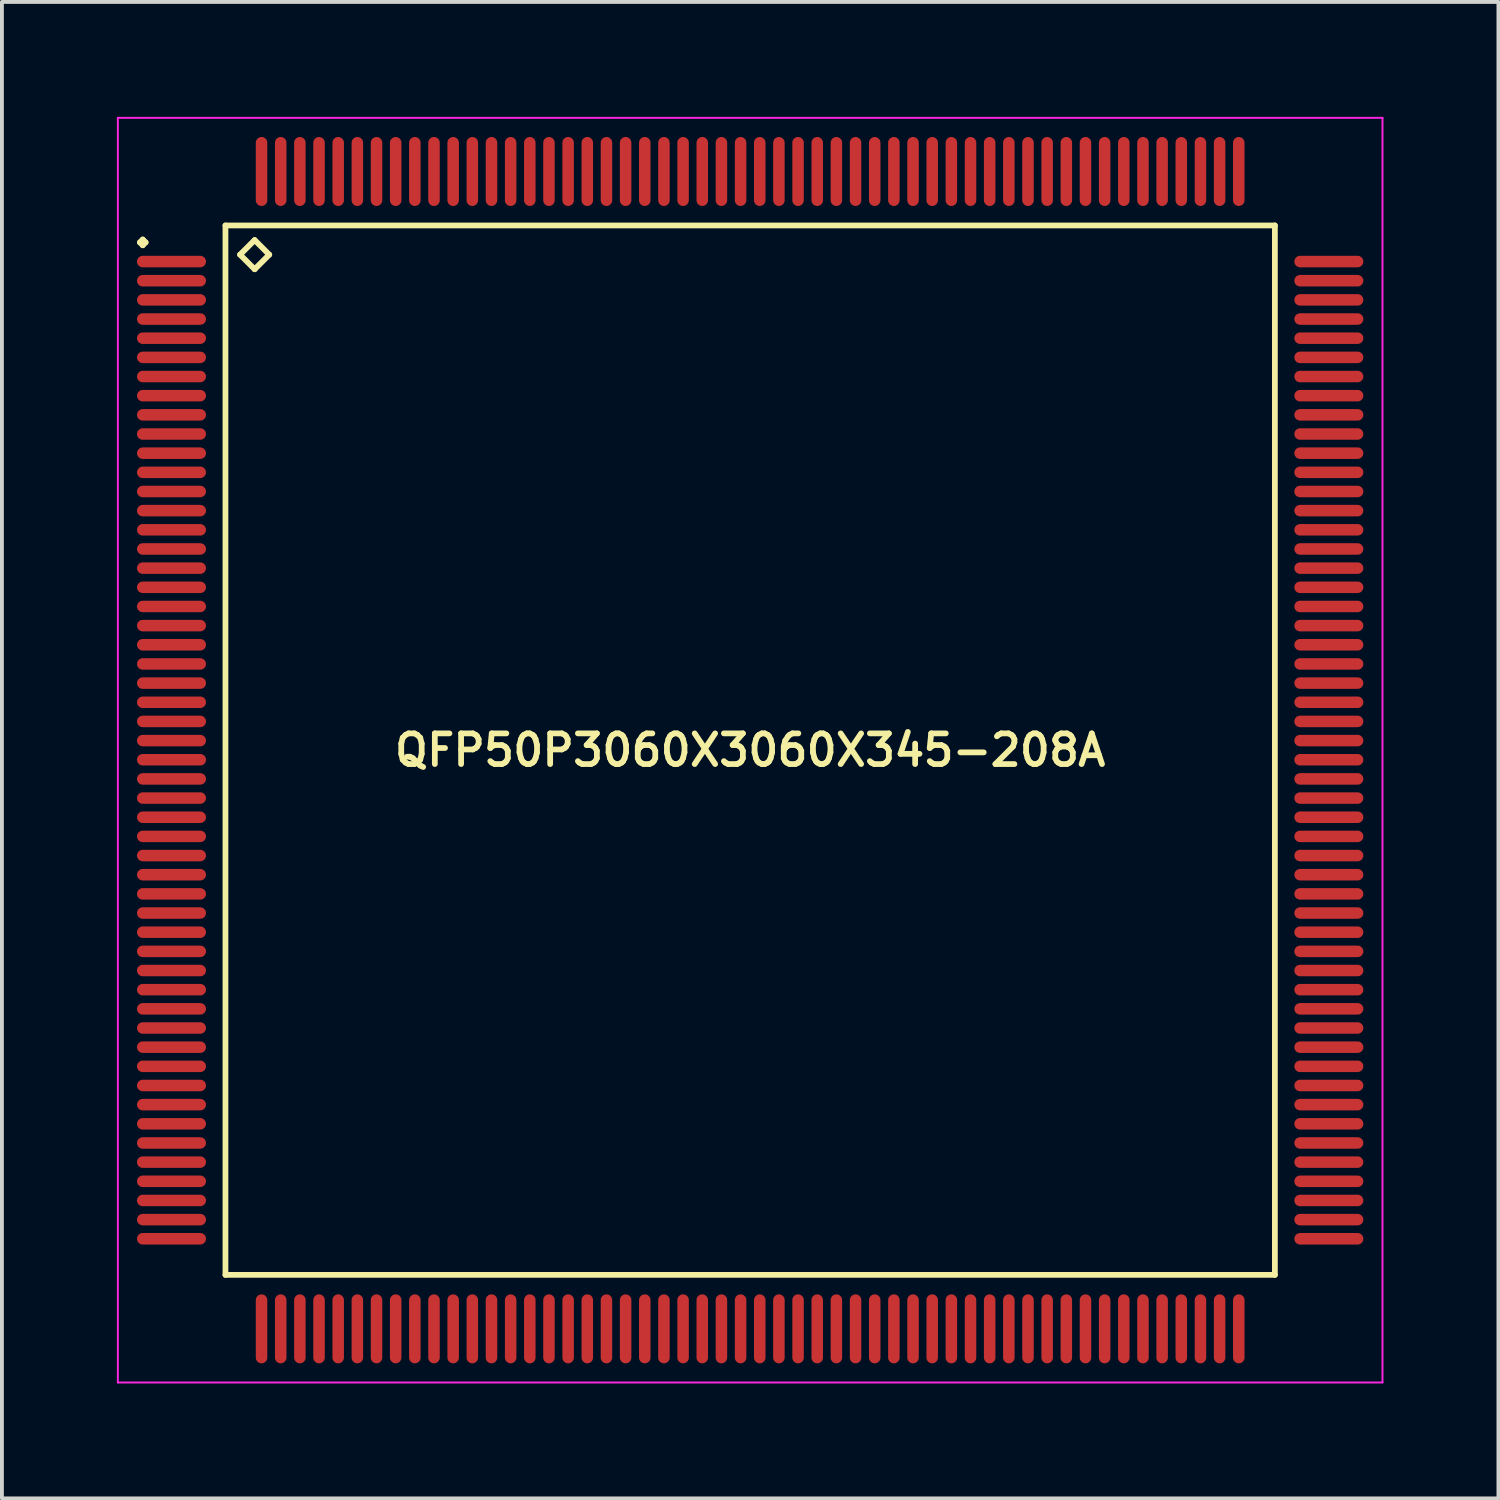
<source format=kicad_pcb>
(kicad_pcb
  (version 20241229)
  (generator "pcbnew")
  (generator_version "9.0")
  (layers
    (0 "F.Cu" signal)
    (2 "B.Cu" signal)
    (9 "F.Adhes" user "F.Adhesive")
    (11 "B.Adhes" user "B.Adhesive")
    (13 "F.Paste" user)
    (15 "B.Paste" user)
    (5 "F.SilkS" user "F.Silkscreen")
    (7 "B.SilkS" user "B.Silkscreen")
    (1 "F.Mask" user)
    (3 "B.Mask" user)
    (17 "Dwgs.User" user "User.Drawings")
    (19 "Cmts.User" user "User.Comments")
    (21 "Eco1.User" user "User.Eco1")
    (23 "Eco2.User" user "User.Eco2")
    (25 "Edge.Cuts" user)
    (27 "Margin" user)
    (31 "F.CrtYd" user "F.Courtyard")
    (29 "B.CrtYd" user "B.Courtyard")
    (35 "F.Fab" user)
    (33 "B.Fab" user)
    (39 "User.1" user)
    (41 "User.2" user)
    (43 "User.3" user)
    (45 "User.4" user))
  (footprint "QFP50P3060X3060X345-208A"
    (layer "F.Cu")
    (at 16.525 16.525)
    (property "Reference" "QFP50P3060X3060X345-208A" (at 0 0 0) (layer "F.SilkS") (effects (font (size 0.8 0.8) (thickness 0.15))))
    (attr smd)
    (fp_line (start -15.925 -13.25) (end -15.85 -13.325) (stroke (width 0.15) (type solid)) (layer "F.SilkS"))
    (fp_line (start -15.85 -13.325) (end -15.775 -13.25) (stroke (width 0.15) (type solid)) (layer "F.SilkS"))
    (fp_line (start -15.85 -13.175) (end -15.925 -13.25) (stroke (width 0.15) (type solid)) (layer "F.SilkS"))
    (fp_line (start -15.775 -13.25) (end -15.85 -13.175) (stroke (width 0.15) (type solid)) (layer "F.SilkS"))
    (fp_line (start -13.692 -13.692) (end -13.692 13.692) (stroke (width 0.15) (type solid)) (layer "F.SilkS"))
    (fp_line (start -13.692 13.692) (end 13.692 13.692) (stroke (width 0.15) (type solid)) (layer "F.SilkS"))
    (fp_line (start -13.311 -12.93) (end -12.93 -13.311) (stroke (width 0.15) (type solid)) (layer "F.SilkS"))
    (fp_line (start -12.93 -13.311) (end -12.549 -12.93) (stroke (width 0.15) (type solid)) (layer "F.SilkS"))
    (fp_line (start -12.93 -12.549) (end -13.311 -12.93) (stroke (width 0.15) (type solid)) (layer "F.SilkS"))
    (fp_line (start -12.549 -12.93) (end -12.93 -12.549) (stroke (width 0.15) (type solid)) (layer "F.SilkS"))
    (fp_line (start 13.692 -13.692) (end -13.692 -13.692) (stroke (width 0.15) (type solid)) (layer "F.SilkS"))
    (fp_line (start 13.692 13.692) (end 13.692 -13.692) (stroke (width 0.15) (type solid)) (layer "F.SilkS"))
    (fp_line (start -16.5 -16.5) (end 16.5 -16.5) (stroke (width 0.05) (type solid)) (layer "F.CrtYd"))
    (fp_line (start -16.5 16.5) (end -16.5 -16.5) (stroke (width 0.05) (type solid)) (layer "F.CrtYd"))
    (fp_line (start 16.5 -16.5) (end 16.5 16.5) (stroke (width 0.05) (type solid)) (layer "F.CrtYd"))
    (fp_line (start 16.5 16.5) (end -16.5 16.5) (stroke (width 0.05) (type solid)) (layer "F.CrtYd"))
    (pad "1" smd oval (at -15.1 -12.75) (size 1.8 0.3) (layers "F.Cu" "F.Mask" "F.Paste"))
    (pad "2" smd oval (at -15.1 -12.25) (size 1.8 0.3) (layers "F.Cu" "F.Mask" "F.Paste"))
    (pad "3" smd oval (at -15.1 -11.75) (size 1.8 0.3) (layers "F.Cu" "F.Mask" "F.Paste"))
    (pad "4" smd oval (at -15.1 -11.25) (size 1.8 0.3) (layers "F.Cu" "F.Mask" "F.Paste"))
    (pad "5" smd oval (at -15.1 -10.75) (size 1.8 0.3) (layers "F.Cu" "F.Mask" "F.Paste"))
    (pad "6" smd oval (at -15.1 -10.25) (size 1.8 0.3) (layers "F.Cu" "F.Mask" "F.Paste"))
    (pad "7" smd oval (at -15.1 -9.75) (size 1.8 0.3) (layers "F.Cu" "F.Mask" "F.Paste"))
    (pad "8" smd oval (at -15.1 -9.25) (size 1.8 0.3) (layers "F.Cu" "F.Mask" "F.Paste"))
    (pad "9" smd oval (at -15.1 -8.75) (size 1.8 0.3) (layers "F.Cu" "F.Mask" "F.Paste"))
    (pad "10" smd oval (at -15.1 -8.25) (size 1.8 0.3) (layers "F.Cu" "F.Mask" "F.Paste"))
    (pad "11" smd oval (at -15.1 -7.75) (size 1.8 0.3) (layers "F.Cu" "F.Mask" "F.Paste"))
    (pad "12" smd oval (at -15.1 -7.25) (size 1.8 0.3) (layers "F.Cu" "F.Mask" "F.Paste"))
    (pad "13" smd oval (at -15.1 -6.75) (size 1.8 0.3) (layers "F.Cu" "F.Mask" "F.Paste"))
    (pad "14" smd oval (at -15.1 -6.25) (size 1.8 0.3) (layers "F.Cu" "F.Mask" "F.Paste"))
    (pad "15" smd oval (at -15.1 -5.75) (size 1.8 0.3) (layers "F.Cu" "F.Mask" "F.Paste"))
    (pad "16" smd oval (at -15.1 -5.25) (size 1.8 0.3) (layers "F.Cu" "F.Mask" "F.Paste"))
    (pad "17" smd oval (at -15.1 -4.75) (size 1.8 0.3) (layers "F.Cu" "F.Mask" "F.Paste"))
    (pad "18" smd oval (at -15.1 -4.25) (size 1.8 0.3) (layers "F.Cu" "F.Mask" "F.Paste"))
    (pad "19" smd oval (at -15.1 -3.75) (size 1.8 0.3) (layers "F.Cu" "F.Mask" "F.Paste"))
    (pad "20" smd oval (at -15.1 -3.25) (size 1.8 0.3) (layers "F.Cu" "F.Mask" "F.Paste"))
    (pad "21" smd oval (at -15.1 -2.75) (size 1.8 0.3) (layers "F.Cu" "F.Mask" "F.Paste"))
    (pad "22" smd oval (at -15.1 -2.25) (size 1.8 0.3) (layers "F.Cu" "F.Mask" "F.Paste"))
    (pad "23" smd oval (at -15.1 -1.75) (size 1.8 0.3) (layers "F.Cu" "F.Mask" "F.Paste"))
    (pad "24" smd oval (at -15.1 -1.25) (size 1.8 0.3) (layers "F.Cu" "F.Mask" "F.Paste"))
    (pad "25" smd oval (at -15.1 -0.75) (size 1.8 0.3) (layers "F.Cu" "F.Mask" "F.Paste"))
    (pad "26" smd oval (at -15.1 -0.25) (size 1.8 0.3) (layers "F.Cu" "F.Mask" "F.Paste"))
    (pad "27" smd oval (at -15.1 0.25) (size 1.8 0.3) (layers "F.Cu" "F.Mask" "F.Paste"))
    (pad "28" smd oval (at -15.1 0.75) (size 1.8 0.3) (layers "F.Cu" "F.Mask" "F.Paste"))
    (pad "29" smd oval (at -15.1 1.25) (size 1.8 0.3) (layers "F.Cu" "F.Mask" "F.Paste"))
    (pad "30" smd oval (at -15.1 1.75) (size 1.8 0.3) (layers "F.Cu" "F.Mask" "F.Paste"))
    (pad "31" smd oval (at -15.1 2.25) (size 1.8 0.3) (layers "F.Cu" "F.Mask" "F.Paste"))
    (pad "32" smd oval (at -15.1 2.75) (size 1.8 0.3) (layers "F.Cu" "F.Mask" "F.Paste"))
    (pad "33" smd oval (at -15.1 3.25) (size 1.8 0.3) (layers "F.Cu" "F.Mask" "F.Paste"))
    (pad "34" smd oval (at -15.1 3.75) (size 1.8 0.3) (layers "F.Cu" "F.Mask" "F.Paste"))
    (pad "35" smd oval (at -15.1 4.25) (size 1.8 0.3) (layers "F.Cu" "F.Mask" "F.Paste"))
    (pad "36" smd oval (at -15.1 4.75) (size 1.8 0.3) (layers "F.Cu" "F.Mask" "F.Paste"))
    (pad "37" smd oval (at -15.1 5.25) (size 1.8 0.3) (layers "F.Cu" "F.Mask" "F.Paste"))
    (pad "38" smd oval (at -15.1 5.75) (size 1.8 0.3) (layers "F.Cu" "F.Mask" "F.Paste"))
    (pad "39" smd oval (at -15.1 6.25) (size 1.8 0.3) (layers "F.Cu" "F.Mask" "F.Paste"))
    (pad "40" smd oval (at -15.1 6.75) (size 1.8 0.3) (layers "F.Cu" "F.Mask" "F.Paste"))
    (pad "41" smd oval (at -15.1 7.25) (size 1.8 0.3) (layers "F.Cu" "F.Mask" "F.Paste"))
    (pad "42" smd oval (at -15.1 7.75) (size 1.8 0.3) (layers "F.Cu" "F.Mask" "F.Paste"))
    (pad "43" smd oval (at -15.1 8.25) (size 1.8 0.3) (layers "F.Cu" "F.Mask" "F.Paste"))
    (pad "44" smd oval (at -15.1 8.75) (size 1.8 0.3) (layers "F.Cu" "F.Mask" "F.Paste"))
    (pad "45" smd oval (at -15.1 9.25) (size 1.8 0.3) (layers "F.Cu" "F.Mask" "F.Paste"))
    (pad "46" smd oval (at -15.1 9.75) (size 1.8 0.3) (layers "F.Cu" "F.Mask" "F.Paste"))
    (pad "47" smd oval (at -15.1 10.25) (size 1.8 0.3) (layers "F.Cu" "F.Mask" "F.Paste"))
    (pad "48" smd oval (at -15.1 10.75) (size 1.8 0.3) (layers "F.Cu" "F.Mask" "F.Paste"))
    (pad "49" smd oval (at -15.1 11.25) (size 1.8 0.3) (layers "F.Cu" "F.Mask" "F.Paste"))
    (pad "50" smd oval (at -15.1 11.75) (size 1.8 0.3) (layers "F.Cu" "F.Mask" "F.Paste"))
    (pad "51" smd oval (at -15.1 12.25) (size 1.8 0.3) (layers "F.Cu" "F.Mask" "F.Paste"))
    (pad "52" smd oval (at -15.1 12.75) (size 1.8 0.3) (layers "F.Cu" "F.Mask" "F.Paste"))
    (pad "53" smd oval (at -12.75 15.1) (size 0.3 1.8) (layers "F.Cu" "F.Mask" "F.Paste"))
    (pad "54" smd oval (at -12.25 15.1) (size 0.3 1.8) (layers "F.Cu" "F.Mask" "F.Paste"))
    (pad "55" smd oval (at -11.75 15.1) (size 0.3 1.8) (layers "F.Cu" "F.Mask" "F.Paste"))
    (pad "56" smd oval (at -11.25 15.1) (size 0.3 1.8) (layers "F.Cu" "F.Mask" "F.Paste"))
    (pad "57" smd oval (at -10.75 15.1) (size 0.3 1.8) (layers "F.Cu" "F.Mask" "F.Paste"))
    (pad "58" smd oval (at -10.25 15.1) (size 0.3 1.8) (layers "F.Cu" "F.Mask" "F.Paste"))
    (pad "59" smd oval (at -9.75 15.1) (size 0.3 1.8) (layers "F.Cu" "F.Mask" "F.Paste"))
    (pad "60" smd oval (at -9.25 15.1) (size 0.3 1.8) (layers "F.Cu" "F.Mask" "F.Paste"))
    (pad "61" smd oval (at -8.75 15.1) (size 0.3 1.8) (layers "F.Cu" "F.Mask" "F.Paste"))
    (pad "62" smd oval (at -8.25 15.1) (size 0.3 1.8) (layers "F.Cu" "F.Mask" "F.Paste"))
    (pad "63" smd oval (at -7.75 15.1) (size 0.3 1.8) (layers "F.Cu" "F.Mask" "F.Paste"))
    (pad "64" smd oval (at -7.25 15.1) (size 0.3 1.8) (layers "F.Cu" "F.Mask" "F.Paste"))
    (pad "65" smd oval (at -6.75 15.1) (size 0.3 1.8) (layers "F.Cu" "F.Mask" "F.Paste"))
    (pad "66" smd oval (at -6.25 15.1) (size 0.3 1.8) (layers "F.Cu" "F.Mask" "F.Paste"))
    (pad "67" smd oval (at -5.75 15.1) (size 0.3 1.8) (layers "F.Cu" "F.Mask" "F.Paste"))
    (pad "68" smd oval (at -5.25 15.1) (size 0.3 1.8) (layers "F.Cu" "F.Mask" "F.Paste"))
    (pad "69" smd oval (at -4.75 15.1) (size 0.3 1.8) (layers "F.Cu" "F.Mask" "F.Paste"))
    (pad "70" smd oval (at -4.25 15.1) (size 0.3 1.8) (layers "F.Cu" "F.Mask" "F.Paste"))
    (pad "71" smd oval (at -3.75 15.1) (size 0.3 1.8) (layers "F.Cu" "F.Mask" "F.Paste"))
    (pad "72" smd oval (at -3.25 15.1) (size 0.3 1.8) (layers "F.Cu" "F.Mask" "F.Paste"))
    (pad "73" smd oval (at -2.75 15.1) (size 0.3 1.8) (layers "F.Cu" "F.Mask" "F.Paste"))
    (pad "74" smd oval (at -2.25 15.1) (size 0.3 1.8) (layers "F.Cu" "F.Mask" "F.Paste"))
    (pad "75" smd oval (at -1.75 15.1) (size 0.3 1.8) (layers "F.Cu" "F.Mask" "F.Paste"))
    (pad "76" smd oval (at -1.25 15.1) (size 0.3 1.8) (layers "F.Cu" "F.Mask" "F.Paste"))
    (pad "77" smd oval (at -0.75 15.1) (size 0.3 1.8) (layers "F.Cu" "F.Mask" "F.Paste"))
    (pad "78" smd oval (at -0.25 15.1) (size 0.3 1.8) (layers "F.Cu" "F.Mask" "F.Paste"))
    (pad "79" smd oval (at 0.25 15.1) (size 0.3 1.8) (layers "F.Cu" "F.Mask" "F.Paste"))
    (pad "80" smd oval (at 0.75 15.1) (size 0.3 1.8) (layers "F.Cu" "F.Mask" "F.Paste"))
    (pad "81" smd oval (at 1.25 15.1) (size 0.3 1.8) (layers "F.Cu" "F.Mask" "F.Paste"))
    (pad "82" smd oval (at 1.75 15.1) (size 0.3 1.8) (layers "F.Cu" "F.Mask" "F.Paste"))
    (pad "83" smd oval (at 2.25 15.1) (size 0.3 1.8) (layers "F.Cu" "F.Mask" "F.Paste"))
    (pad "84" smd oval (at 2.75 15.1) (size 0.3 1.8) (layers "F.Cu" "F.Mask" "F.Paste"))
    (pad "85" smd oval (at 3.25 15.1) (size 0.3 1.8) (layers "F.Cu" "F.Mask" "F.Paste"))
    (pad "86" smd oval (at 3.75 15.1) (size 0.3 1.8) (layers "F.Cu" "F.Mask" "F.Paste"))
    (pad "87" smd oval (at 4.25 15.1) (size 0.3 1.8) (layers "F.Cu" "F.Mask" "F.Paste"))
    (pad "88" smd oval (at 4.75 15.1) (size 0.3 1.8) (layers "F.Cu" "F.Mask" "F.Paste"))
    (pad "89" smd oval (at 5.25 15.1) (size 0.3 1.8) (layers "F.Cu" "F.Mask" "F.Paste"))
    (pad "90" smd oval (at 5.75 15.1) (size 0.3 1.8) (layers "F.Cu" "F.Mask" "F.Paste"))
    (pad "91" smd oval (at 6.25 15.1) (size 0.3 1.8) (layers "F.Cu" "F.Mask" "F.Paste"))
    (pad "92" smd oval (at 6.75 15.1) (size 0.3 1.8) (layers "F.Cu" "F.Mask" "F.Paste"))
    (pad "93" smd oval (at 7.25 15.1) (size 0.3 1.8) (layers "F.Cu" "F.Mask" "F.Paste"))
    (pad "94" smd oval (at 7.75 15.1) (size 0.3 1.8) (layers "F.Cu" "F.Mask" "F.Paste"))
    (pad "95" smd oval (at 8.25 15.1) (size 0.3 1.8) (layers "F.Cu" "F.Mask" "F.Paste"))
    (pad "96" smd oval (at 8.75 15.1) (size 0.3 1.8) (layers "F.Cu" "F.Mask" "F.Paste"))
    (pad "97" smd oval (at 9.25 15.1) (size 0.3 1.8) (layers "F.Cu" "F.Mask" "F.Paste"))
    (pad "98" smd oval (at 9.75 15.1) (size 0.3 1.8) (layers "F.Cu" "F.Mask" "F.Paste"))
    (pad "99" smd oval (at 10.25 15.1) (size 0.3 1.8) (layers "F.Cu" "F.Mask" "F.Paste"))
    (pad "100" smd oval (at 10.75 15.1) (size 0.3 1.8) (layers "F.Cu" "F.Mask" "F.Paste"))
    (pad "101" smd oval (at 11.25 15.1) (size 0.3 1.8) (layers "F.Cu" "F.Mask" "F.Paste"))
    (pad "102" smd oval (at 11.75 15.1) (size 0.3 1.8) (layers "F.Cu" "F.Mask" "F.Paste"))
    (pad "103" smd oval (at 12.25 15.1) (size 0.3 1.8) (layers "F.Cu" "F.Mask" "F.Paste"))
    (pad "104" smd oval (at 12.75 15.1) (size 0.3 1.8) (layers "F.Cu" "F.Mask" "F.Paste"))
    (pad "105" smd oval (at 15.1 12.75) (size 1.8 0.3) (layers "F.Cu" "F.Mask" "F.Paste"))
    (pad "106" smd oval (at 15.1 12.25) (size 1.8 0.3) (layers "F.Cu" "F.Mask" "F.Paste"))
    (pad "107" smd oval (at 15.1 11.75) (size 1.8 0.3) (layers "F.Cu" "F.Mask" "F.Paste"))
    (pad "108" smd oval (at 15.1 11.25) (size 1.8 0.3) (layers "F.Cu" "F.Mask" "F.Paste"))
    (pad "109" smd oval (at 15.1 10.75) (size 1.8 0.3) (layers "F.Cu" "F.Mask" "F.Paste"))
    (pad "110" smd oval (at 15.1 10.25) (size 1.8 0.3) (layers "F.Cu" "F.Mask" "F.Paste"))
    (pad "111" smd oval (at 15.1 9.75) (size 1.8 0.3) (layers "F.Cu" "F.Mask" "F.Paste"))
    (pad "112" smd oval (at 15.1 9.25) (size 1.8 0.3) (layers "F.Cu" "F.Mask" "F.Paste"))
    (pad "113" smd oval (at 15.1 8.75) (size 1.8 0.3) (layers "F.Cu" "F.Mask" "F.Paste"))
    (pad "114" smd oval (at 15.1 8.25) (size 1.8 0.3) (layers "F.Cu" "F.Mask" "F.Paste"))
    (pad "115" smd oval (at 15.1 7.75) (size 1.8 0.3) (layers "F.Cu" "F.Mask" "F.Paste"))
    (pad "116" smd oval (at 15.1 7.25) (size 1.8 0.3) (layers "F.Cu" "F.Mask" "F.Paste"))
    (pad "117" smd oval (at 15.1 6.75) (size 1.8 0.3) (layers "F.Cu" "F.Mask" "F.Paste"))
    (pad "118" smd oval (at 15.1 6.25) (size 1.8 0.3) (layers "F.Cu" "F.Mask" "F.Paste"))
    (pad "119" smd oval (at 15.1 5.75) (size 1.8 0.3) (layers "F.Cu" "F.Mask" "F.Paste"))
    (pad "120" smd oval (at 15.1 5.25) (size 1.8 0.3) (layers "F.Cu" "F.Mask" "F.Paste"))
    (pad "121" smd oval (at 15.1 4.75) (size 1.8 0.3) (layers "F.Cu" "F.Mask" "F.Paste"))
    (pad "122" smd oval (at 15.1 4.25) (size 1.8 0.3) (layers "F.Cu" "F.Mask" "F.Paste"))
    (pad "123" smd oval (at 15.1 3.75) (size 1.8 0.3) (layers "F.Cu" "F.Mask" "F.Paste"))
    (pad "124" smd oval (at 15.1 3.25) (size 1.8 0.3) (layers "F.Cu" "F.Mask" "F.Paste"))
    (pad "125" smd oval (at 15.1 2.75) (size 1.8 0.3) (layers "F.Cu" "F.Mask" "F.Paste"))
    (pad "126" smd oval (at 15.1 2.25) (size 1.8 0.3) (layers "F.Cu" "F.Mask" "F.Paste"))
    (pad "127" smd oval (at 15.1 1.75) (size 1.8 0.3) (layers "F.Cu" "F.Mask" "F.Paste"))
    (pad "128" smd oval (at 15.1 1.25) (size 1.8 0.3) (layers "F.Cu" "F.Mask" "F.Paste"))
    (pad "129" smd oval (at 15.1 0.75) (size 1.8 0.3) (layers "F.Cu" "F.Mask" "F.Paste"))
    (pad "130" smd oval (at 15.1 0.25) (size 1.8 0.3) (layers "F.Cu" "F.Mask" "F.Paste"))
    (pad "131" smd oval (at 15.1 -0.25) (size 1.8 0.3) (layers "F.Cu" "F.Mask" "F.Paste"))
    (pad "132" smd oval (at 15.1 -0.75) (size 1.8 0.3) (layers "F.Cu" "F.Mask" "F.Paste"))
    (pad "133" smd oval (at 15.1 -1.25) (size 1.8 0.3) (layers "F.Cu" "F.Mask" "F.Paste"))
    (pad "134" smd oval (at 15.1 -1.75) (size 1.8 0.3) (layers "F.Cu" "F.Mask" "F.Paste"))
    (pad "135" smd oval (at 15.1 -2.25) (size 1.8 0.3) (layers "F.Cu" "F.Mask" "F.Paste"))
    (pad "136" smd oval (at 15.1 -2.75) (size 1.8 0.3) (layers "F.Cu" "F.Mask" "F.Paste"))
    (pad "137" smd oval (at 15.1 -3.25) (size 1.8 0.3) (layers "F.Cu" "F.Mask" "F.Paste"))
    (pad "138" smd oval (at 15.1 -3.75) (size 1.8 0.3) (layers "F.Cu" "F.Mask" "F.Paste"))
    (pad "139" smd oval (at 15.1 -4.25) (size 1.8 0.3) (layers "F.Cu" "F.Mask" "F.Paste"))
    (pad "140" smd oval (at 15.1 -4.75) (size 1.8 0.3) (layers "F.Cu" "F.Mask" "F.Paste"))
    (pad "141" smd oval (at 15.1 -5.25) (size 1.8 0.3) (layers "F.Cu" "F.Mask" "F.Paste"))
    (pad "142" smd oval (at 15.1 -5.75) (size 1.8 0.3) (layers "F.Cu" "F.Mask" "F.Paste"))
    (pad "143" smd oval (at 15.1 -6.25) (size 1.8 0.3) (layers "F.Cu" "F.Mask" "F.Paste"))
    (pad "144" smd oval (at 15.1 -6.75) (size 1.8 0.3) (layers "F.Cu" "F.Mask" "F.Paste"))
    (pad "145" smd oval (at 15.1 -7.25) (size 1.8 0.3) (layers "F.Cu" "F.Mask" "F.Paste"))
    (pad "146" smd oval (at 15.1 -7.75) (size 1.8 0.3) (layers "F.Cu" "F.Mask" "F.Paste"))
    (pad "147" smd oval (at 15.1 -8.25) (size 1.8 0.3) (layers "F.Cu" "F.Mask" "F.Paste"))
    (pad "148" smd oval (at 15.1 -8.75) (size 1.8 0.3) (layers "F.Cu" "F.Mask" "F.Paste"))
    (pad "149" smd oval (at 15.1 -9.25) (size 1.8 0.3) (layers "F.Cu" "F.Mask" "F.Paste"))
    (pad "150" smd oval (at 15.1 -9.75) (size 1.8 0.3) (layers "F.Cu" "F.Mask" "F.Paste"))
    (pad "151" smd oval (at 15.1 -10.25) (size 1.8 0.3) (layers "F.Cu" "F.Mask" "F.Paste"))
    (pad "152" smd oval (at 15.1 -10.75) (size 1.8 0.3) (layers "F.Cu" "F.Mask" "F.Paste"))
    (pad "153" smd oval (at 15.1 -11.25) (size 1.8 0.3) (layers "F.Cu" "F.Mask" "F.Paste"))
    (pad "154" smd oval (at 15.1 -11.75) (size 1.8 0.3) (layers "F.Cu" "F.Mask" "F.Paste"))
    (pad "155" smd oval (at 15.1 -12.25) (size 1.8 0.3) (layers "F.Cu" "F.Mask" "F.Paste"))
    (pad "156" smd oval (at 15.1 -12.75) (size 1.8 0.3) (layers "F.Cu" "F.Mask" "F.Paste"))
    (pad "157" smd oval (at 12.75 -15.1) (size 0.3 1.8) (layers "F.Cu" "F.Mask" "F.Paste"))
    (pad "158" smd oval (at 12.25 -15.1) (size 0.3 1.8) (layers "F.Cu" "F.Mask" "F.Paste"))
    (pad "159" smd oval (at 11.75 -15.1) (size 0.3 1.8) (layers "F.Cu" "F.Mask" "F.Paste"))
    (pad "160" smd oval (at 11.25 -15.1) (size 0.3 1.8) (layers "F.Cu" "F.Mask" "F.Paste"))
    (pad "161" smd oval (at 10.75 -15.1) (size 0.3 1.8) (layers "F.Cu" "F.Mask" "F.Paste"))
    (pad "162" smd oval (at 10.25 -15.1) (size 0.3 1.8) (layers "F.Cu" "F.Mask" "F.Paste"))
    (pad "163" smd oval (at 9.75 -15.1) (size 0.3 1.8) (layers "F.Cu" "F.Mask" "F.Paste"))
    (pad "164" smd oval (at 9.25 -15.1) (size 0.3 1.8) (layers "F.Cu" "F.Mask" "F.Paste"))
    (pad "165" smd oval (at 8.75 -15.1) (size 0.3 1.8) (layers "F.Cu" "F.Mask" "F.Paste"))
    (pad "166" smd oval (at 8.25 -15.1) (size 0.3 1.8) (layers "F.Cu" "F.Mask" "F.Paste"))
    (pad "167" smd oval (at 7.75 -15.1) (size 0.3 1.8) (layers "F.Cu" "F.Mask" "F.Paste"))
    (pad "168" smd oval (at 7.25 -15.1) (size 0.3 1.8) (layers "F.Cu" "F.Mask" "F.Paste"))
    (pad "169" smd oval (at 6.75 -15.1) (size 0.3 1.8) (layers "F.Cu" "F.Mask" "F.Paste"))
    (pad "170" smd oval (at 6.25 -15.1) (size 0.3 1.8) (layers "F.Cu" "F.Mask" "F.Paste"))
    (pad "171" smd oval (at 5.75 -15.1) (size 0.3 1.8) (layers "F.Cu" "F.Mask" "F.Paste"))
    (pad "172" smd oval (at 5.25 -15.1) (size 0.3 1.8) (layers "F.Cu" "F.Mask" "F.Paste"))
    (pad "173" smd oval (at 4.75 -15.1) (size 0.3 1.8) (layers "F.Cu" "F.Mask" "F.Paste"))
    (pad "174" smd oval (at 4.25 -15.1) (size 0.3 1.8) (layers "F.Cu" "F.Mask" "F.Paste"))
    (pad "175" smd oval (at 3.75 -15.1) (size 0.3 1.8) (layers "F.Cu" "F.Mask" "F.Paste"))
    (pad "176" smd oval (at 3.25 -15.1) (size 0.3 1.8) (layers "F.Cu" "F.Mask" "F.Paste"))
    (pad "177" smd oval (at 2.75 -15.1) (size 0.3 1.8) (layers "F.Cu" "F.Mask" "F.Paste"))
    (pad "178" smd oval (at 2.25 -15.1) (size 0.3 1.8) (layers "F.Cu" "F.Mask" "F.Paste"))
    (pad "179" smd oval (at 1.75 -15.1) (size 0.3 1.8) (layers "F.Cu" "F.Mask" "F.Paste"))
    (pad "180" smd oval (at 1.25 -15.1) (size 0.3 1.8) (layers "F.Cu" "F.Mask" "F.Paste"))
    (pad "181" smd oval (at 0.75 -15.1) (size 0.3 1.8) (layers "F.Cu" "F.Mask" "F.Paste"))
    (pad "182" smd oval (at 0.25 -15.1) (size 0.3 1.8) (layers "F.Cu" "F.Mask" "F.Paste"))
    (pad "183" smd oval (at -0.25 -15.1) (size 0.3 1.8) (layers "F.Cu" "F.Mask" "F.Paste"))
    (pad "184" smd oval (at -0.75 -15.1) (size 0.3 1.8) (layers "F.Cu" "F.Mask" "F.Paste"))
    (pad "185" smd oval (at -1.25 -15.1) (size 0.3 1.8) (layers "F.Cu" "F.Mask" "F.Paste"))
    (pad "186" smd oval (at -1.75 -15.1) (size 0.3 1.8) (layers "F.Cu" "F.Mask" "F.Paste"))
    (pad "187" smd oval (at -2.25 -15.1) (size 0.3 1.8) (layers "F.Cu" "F.Mask" "F.Paste"))
    (pad "188" smd oval (at -2.75 -15.1) (size 0.3 1.8) (layers "F.Cu" "F.Mask" "F.Paste"))
    (pad "189" smd oval (at -3.25 -15.1) (size 0.3 1.8) (layers "F.Cu" "F.Mask" "F.Paste"))
    (pad "190" smd oval (at -3.75 -15.1) (size 0.3 1.8) (layers "F.Cu" "F.Mask" "F.Paste"))
    (pad "191" smd oval (at -4.25 -15.1) (size 0.3 1.8) (layers "F.Cu" "F.Mask" "F.Paste"))
    (pad "192" smd oval (at -4.75 -15.1) (size 0.3 1.8) (layers "F.Cu" "F.Mask" "F.Paste"))
    (pad "193" smd oval (at -5.25 -15.1) (size 0.3 1.8) (layers "F.Cu" "F.Mask" "F.Paste"))
    (pad "194" smd oval (at -5.75 -15.1) (size 0.3 1.8) (layers "F.Cu" "F.Mask" "F.Paste"))
    (pad "195" smd oval (at -6.25 -15.1) (size 0.3 1.8) (layers "F.Cu" "F.Mask" "F.Paste"))
    (pad "196" smd oval (at -6.75 -15.1) (size 0.3 1.8) (layers "F.Cu" "F.Mask" "F.Paste"))
    (pad "197" smd oval (at -7.25 -15.1) (size 0.3 1.8) (layers "F.Cu" "F.Mask" "F.Paste"))
    (pad "198" smd oval (at -7.75 -15.1) (size 0.3 1.8) (layers "F.Cu" "F.Mask" "F.Paste"))
    (pad "199" smd oval (at -8.25 -15.1) (size 0.3 1.8) (layers "F.Cu" "F.Mask" "F.Paste"))
    (pad "200" smd oval (at -8.75 -15.1) (size 0.3 1.8) (layers "F.Cu" "F.Mask" "F.Paste"))
    (pad "201" smd oval (at -9.25 -15.1) (size 0.3 1.8) (layers "F.Cu" "F.Mask" "F.Paste"))
    (pad "202" smd oval (at -9.75 -15.1) (size 0.3 1.8) (layers "F.Cu" "F.Mask" "F.Paste"))
    (pad "203" smd oval (at -10.25 -15.1) (size 0.3 1.8) (layers "F.Cu" "F.Mask" "F.Paste"))
    (pad "204" smd oval (at -10.75 -15.1) (size 0.3 1.8) (layers "F.Cu" "F.Mask" "F.Paste"))
    (pad "205" smd oval (at -11.25 -15.1) (size 0.3 1.8) (layers "F.Cu" "F.Mask" "F.Paste"))
    (pad "206" smd oval (at -11.75 -15.1) (size 0.3 1.8) (layers "F.Cu" "F.Mask" "F.Paste"))
    (pad "207" smd oval (at -12.25 -15.1) (size 0.3 1.8) (layers "F.Cu" "F.Mask" "F.Paste"))
    (pad "208" smd oval (at -12.75 -15.1) (size 0.3 1.8) (layers "F.Cu" "F.Mask" "F.Paste")))
  (gr_rect
    (start -3 -3)
    (end 36.05 36.05)
    (stroke (width 0.1) (type default))
    (fill no)
    (layer "Edge.Cuts")))
</source>
